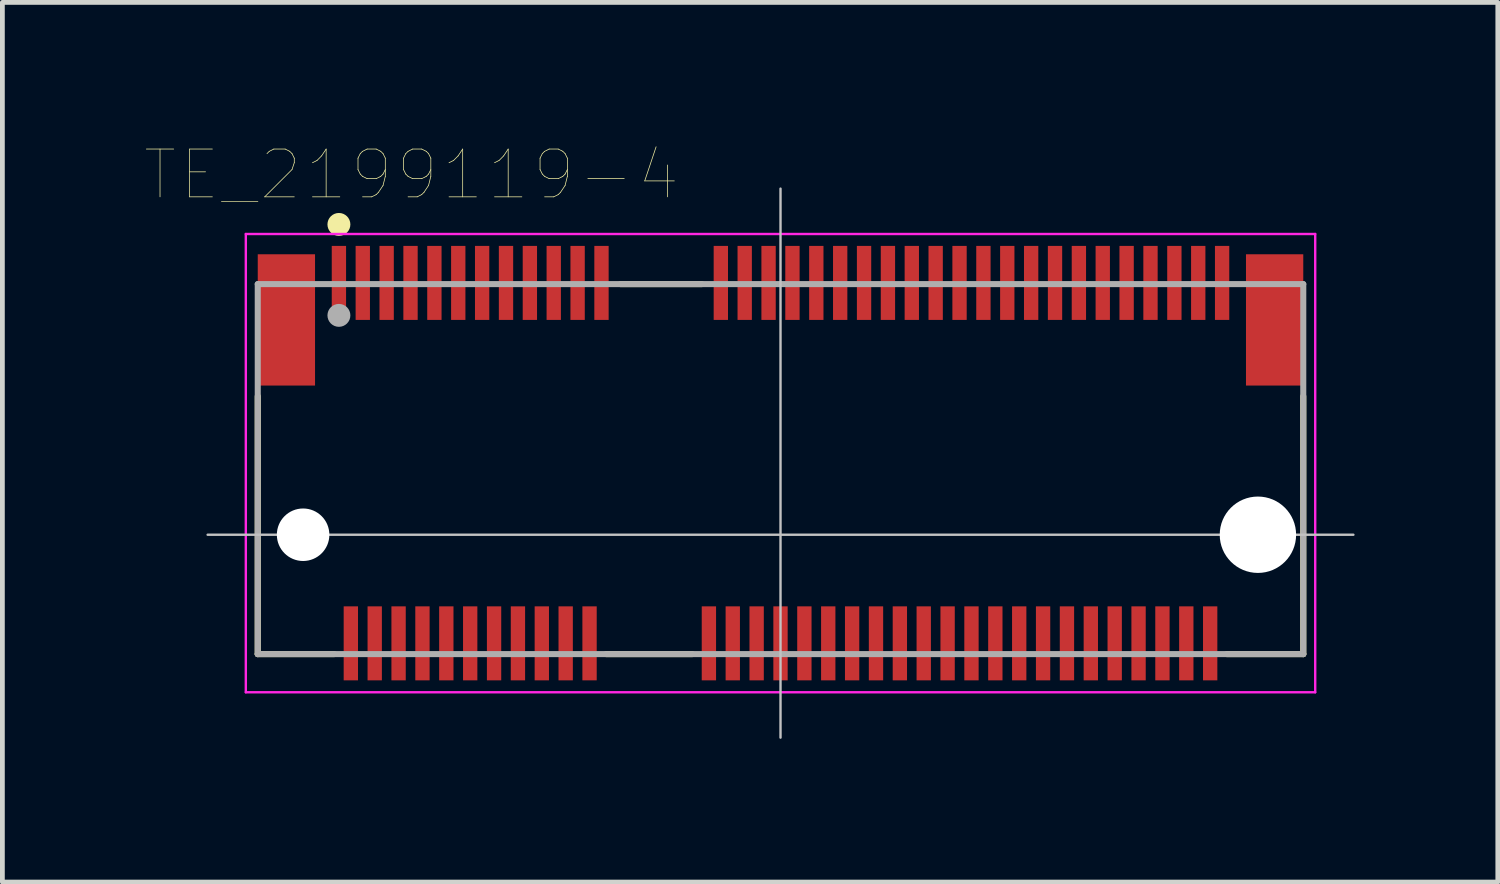
<source format=kicad_pcb>
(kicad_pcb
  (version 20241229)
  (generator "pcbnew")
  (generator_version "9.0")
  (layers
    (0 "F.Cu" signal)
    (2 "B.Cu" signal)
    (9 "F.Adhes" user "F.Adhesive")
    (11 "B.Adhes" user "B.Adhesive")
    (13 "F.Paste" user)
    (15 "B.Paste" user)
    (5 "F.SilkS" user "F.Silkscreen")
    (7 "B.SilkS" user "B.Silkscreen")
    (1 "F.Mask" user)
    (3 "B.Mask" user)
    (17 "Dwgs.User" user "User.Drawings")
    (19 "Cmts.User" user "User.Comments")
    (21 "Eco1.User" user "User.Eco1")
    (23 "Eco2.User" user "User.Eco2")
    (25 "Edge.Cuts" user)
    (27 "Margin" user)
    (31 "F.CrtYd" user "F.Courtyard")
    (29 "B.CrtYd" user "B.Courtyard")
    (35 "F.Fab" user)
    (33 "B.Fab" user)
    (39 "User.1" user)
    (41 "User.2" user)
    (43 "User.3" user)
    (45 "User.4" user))
  (footprint "TE_2199119-4"
    (layer "F.Cu")
    (at 13.299 8.151)
    (property "Reference" "TE_2199119-4" (at -7.73 -7.54 0) (layer "F.SilkS") (effects (font (size 1.001 1.001) (thickness 0.015))))
    (attr through_hole)
    (fp_line (start -10.95 -2.9) (end -10.95 2.5) (stroke (width 0.127) (type solid)) (layer "F.SilkS"))
    (fp_line (start -10.95 2.5) (end -9.35 2.5) (stroke (width 0.127) (type solid)) (layer "F.SilkS"))
    (fp_line (start -3.65 2.5) (end -1.85 2.5) (stroke (width 0.127) (type solid)) (layer "F.SilkS"))
    (fp_line (start -3.35 -5.25) (end -1.65 -5.25) (stroke (width 0.127) (type solid)) (layer "F.SilkS"))
    (fp_line (start 9.35 2.5) (end 10.95 2.5) (stroke (width 0.127) (type solid)) (layer "F.SilkS"))
    (fp_line (start 10.95 2.5) (end 10.95 -2.9) (stroke (width 0.127) (type solid)) (layer "F.SilkS"))
    (fp_circle (center -9.25 -6.5) (end -9.13 -6.5) (stroke (width 0.24) (type solid)) (fill no) (layer "F.SilkS"))
    (fp_line (start -12 0) (end 12 0) (stroke (width 0.05) (type solid)) (layer "Dwgs.User"))
    (fp_line (start 0 -7.25) (end 0 4.25) (stroke (width 0.05) (type solid)) (layer "Dwgs.User"))
    (fp_line (start -11.2 -6.3) (end 11.2 -6.3) (stroke (width 0.05) (type solid)) (layer "F.CrtYd"))
    (fp_line (start -11.2 3.3) (end -11.2 -6.3) (stroke (width 0.05) (type solid)) (layer "F.CrtYd"))
    (fp_line (start 11.2 -6.3) (end 11.2 3.3) (stroke (width 0.05) (type solid)) (layer "F.CrtYd"))
    (fp_line (start 11.2 3.3) (end -11.2 3.3) (stroke (width 0.05) (type solid)) (layer "F.CrtYd"))
    (fp_line (start -10.95 -5.25) (end 10.95 -5.25) (stroke (width 0.127) (type solid)) (layer "F.Fab"))
    (fp_line (start -10.95 2.5) (end -10.95 -5.25) (stroke (width 0.127) (type solid)) (layer "F.Fab"))
    (fp_line (start 10.95 -5.25) (end 10.95 2.5) (stroke (width 0.127) (type solid)) (layer "F.Fab"))
    (fp_line (start 10.95 2.5) (end -10.95 2.5) (stroke (width 0.127) (type solid)) (layer "F.Fab"))
    (fp_circle (center -9.25 -4.595) (end -9.13 -4.595) (stroke (width 0.24) (type solid)) (fill no) (layer "F.Fab"))
    (pad "" np_thru_hole circle (at -10 0) (size 1.1 1.1) (drill 1.1) (layers "*.Cu" "*.Mask"))
    (pad "" np_thru_hole circle (at 10 0) (size 1.6 1.6) (drill 1.6) (layers "*.Cu" "*.Mask"))
    (pad "1" smd rect (at -9.25 -5.275) (size 0.3 1.55) (layers "F.Cu" "F.Mask" "F.Paste"))
    (pad "2" smd rect (at -9 2.275) (size 0.3 1.55) (layers "F.Cu" "F.Mask" "F.Paste"))
    (pad "3" smd rect (at -8.75 -5.275) (size 0.3 1.55) (layers "F.Cu" "F.Mask" "F.Paste"))
    (pad "4" smd rect (at -8.5 2.275) (size 0.3 1.55) (layers "F.Cu" "F.Mask" "F.Paste"))
    (pad "5" smd rect (at -8.25 -5.275) (size 0.3 1.55) (layers "F.Cu" "F.Mask" "F.Paste"))
    (pad "6" smd rect (at -8 2.275) (size 0.3 1.55) (layers "F.Cu" "F.Mask" "F.Paste"))
    (pad "7" smd rect (at -7.75 -5.275) (size 0.3 1.55) (layers "F.Cu" "F.Mask" "F.Paste"))
    (pad "8" smd rect (at -7.5 2.275) (size 0.3 1.55) (layers "F.Cu" "F.Mask" "F.Paste"))
    (pad "9" smd rect (at -7.25 -5.275) (size 0.3 1.55) (layers "F.Cu" "F.Mask" "F.Paste"))
    (pad "10" smd rect (at -7 2.275) (size 0.3 1.55) (layers "F.Cu" "F.Mask" "F.Paste"))
    (pad "11" smd rect (at -6.75 -5.275) (size 0.3 1.55) (layers "F.Cu" "F.Mask" "F.Paste"))
    (pad "12" smd rect (at -6.5 2.275) (size 0.3 1.55) (layers "F.Cu" "F.Mask" "F.Paste"))
    (pad "13" smd rect (at -6.25 -5.275) (size 0.3 1.55) (layers "F.Cu" "F.Mask" "F.Paste"))
    (pad "14" smd rect (at -6 2.275) (size 0.3 1.55) (layers "F.Cu" "F.Mask" "F.Paste"))
    (pad "15" smd rect (at -5.75 -5.275) (size 0.3 1.55) (layers "F.Cu" "F.Mask" "F.Paste"))
    (pad "16" smd rect (at -5.5 2.275) (size 0.3 1.55) (layers "F.Cu" "F.Mask" "F.Paste"))
    (pad "17" smd rect (at -5.25 -5.275) (size 0.3 1.55) (layers "F.Cu" "F.Mask" "F.Paste"))
    (pad "18" smd rect (at -5 2.275) (size 0.3 1.55) (layers "F.Cu" "F.Mask" "F.Paste"))
    (pad "19" smd rect (at -4.75 -5.275) (size 0.3 1.55) (layers "F.Cu" "F.Mask" "F.Paste"))
    (pad "20" smd rect (at -4.5 2.275) (size 0.3 1.55) (layers "F.Cu" "F.Mask" "F.Paste"))
    (pad "21" smd rect (at -4.25 -5.275) (size 0.3 1.55) (layers "F.Cu" "F.Mask" "F.Paste"))
    (pad "22" smd rect (at -4 2.275) (size 0.3 1.55) (layers "F.Cu" "F.Mask" "F.Paste"))
    (pad "23" smd rect (at -3.75 -5.275) (size 0.3 1.55) (layers "F.Cu" "F.Mask" "F.Paste"))
    (pad "32" smd rect (at -1.5 2.275) (size 0.3 1.55) (layers "F.Cu" "F.Mask" "F.Paste"))
    (pad "33" smd rect (at -1.25 -5.275) (size 0.3 1.55) (layers "F.Cu" "F.Mask" "F.Paste"))
    (pad "34" smd rect (at -1 2.275) (size 0.3 1.55) (layers "F.Cu" "F.Mask" "F.Paste"))
    (pad "35" smd rect (at -0.75 -5.275) (size 0.3 1.55) (layers "F.Cu" "F.Mask" "F.Paste"))
    (pad "36" smd rect (at -0.5 2.275) (size 0.3 1.55) (layers "F.Cu" "F.Mask" "F.Paste"))
    (pad "37" smd rect (at -0.25 -5.275) (size 0.3 1.55) (layers "F.Cu" "F.Mask" "F.Paste"))
    (pad "38" smd rect (at 0 2.275) (size 0.3 1.55) (layers "F.Cu" "F.Mask" "F.Paste"))
    (pad "39" smd rect (at 0.25 -5.275) (size 0.3 1.55) (layers "F.Cu" "F.Mask" "F.Paste"))
    (pad "40" smd rect (at 0.5 2.275) (size 0.3 1.55) (layers "F.Cu" "F.Mask" "F.Paste"))
    (pad "41" smd rect (at 0.75 -5.275) (size 0.3 1.55) (layers "F.Cu" "F.Mask" "F.Paste"))
    (pad "42" smd rect (at 1 2.275) (size 0.3 1.55) (layers "F.Cu" "F.Mask" "F.Paste"))
    (pad "43" smd rect (at 1.25 -5.275) (size 0.3 1.55) (layers "F.Cu" "F.Mask" "F.Paste"))
    (pad "44" smd rect (at 1.5 2.275) (size 0.3 1.55) (layers "F.Cu" "F.Mask" "F.Paste"))
    (pad "45" smd rect (at 1.75 -5.275) (size 0.3 1.55) (layers "F.Cu" "F.Mask" "F.Paste"))
    (pad "46" smd rect (at 2 2.275) (size 0.3 1.55) (layers "F.Cu" "F.Mask" "F.Paste"))
    (pad "47" smd rect (at 2.25 -5.275) (size 0.3 1.55) (layers "F.Cu" "F.Mask" "F.Paste"))
    (pad "48" smd rect (at 2.5 2.275) (size 0.3 1.55) (layers "F.Cu" "F.Mask" "F.Paste"))
    (pad "49" smd rect (at 2.75 -5.275) (size 0.3 1.55) (layers "F.Cu" "F.Mask" "F.Paste"))
    (pad "50" smd rect (at 3 2.275) (size 0.3 1.55) (layers "F.Cu" "F.Mask" "F.Paste"))
    (pad "51" smd rect (at 3.25 -5.275) (size 0.3 1.55) (layers "F.Cu" "F.Mask" "F.Paste"))
    (pad "52" smd rect (at 3.5 2.275) (size 0.3 1.55) (layers "F.Cu" "F.Mask" "F.Paste"))
    (pad "53" smd rect (at 3.75 -5.275) (size 0.3 1.55) (layers "F.Cu" "F.Mask" "F.Paste"))
    (pad "54" smd rect (at 4 2.275) (size 0.3 1.55) (layers "F.Cu" "F.Mask" "F.Paste"))
    (pad "55" smd rect (at 4.25 -5.275) (size 0.3 1.55) (layers "F.Cu" "F.Mask" "F.Paste"))
    (pad "56" smd rect (at 4.5 2.275) (size 0.3 1.55) (layers "F.Cu" "F.Mask" "F.Paste"))
    (pad "57" smd rect (at 4.75 -5.275) (size 0.3 1.55) (layers "F.Cu" "F.Mask" "F.Paste"))
    (pad "58" smd rect (at 5 2.275) (size 0.3 1.55) (layers "F.Cu" "F.Mask" "F.Paste"))
    (pad "59" smd rect (at 5.25 -5.275) (size 0.3 1.55) (layers "F.Cu" "F.Mask" "F.Paste"))
    (pad "60" smd rect (at 5.5 2.275) (size 0.3 1.55) (layers "F.Cu" "F.Mask" "F.Paste"))
    (pad "61" smd rect (at 5.75 -5.275) (size 0.3 1.55) (layers "F.Cu" "F.Mask" "F.Paste"))
    (pad "62" smd rect (at 6 2.275) (size 0.3 1.55) (layers "F.Cu" "F.Mask" "F.Paste"))
    (pad "63" smd rect (at 6.25 -5.275) (size 0.3 1.55) (layers "F.Cu" "F.Mask" "F.Paste"))
    (pad "64" smd rect (at 6.5 2.275) (size 0.3 1.55) (layers "F.Cu" "F.Mask" "F.Paste"))
    (pad "65" smd rect (at 6.75 -5.275) (size 0.3 1.55) (layers "F.Cu" "F.Mask" "F.Paste"))
    (pad "66" smd rect (at 7 2.275) (size 0.3 1.55) (layers "F.Cu" "F.Mask" "F.Paste"))
    (pad "67" smd rect (at 7.25 -5.275) (size 0.3 1.55) (layers "F.Cu" "F.Mask" "F.Paste"))
    (pad "68" smd rect (at 7.5 2.275) (size 0.3 1.55) (layers "F.Cu" "F.Mask" "F.Paste"))
    (pad "69" smd rect (at 7.75 -5.275) (size 0.3 1.55) (layers "F.Cu" "F.Mask" "F.Paste"))
    (pad "70" smd rect (at 8 2.275) (size 0.3 1.55) (layers "F.Cu" "F.Mask" "F.Paste"))
    (pad "71" smd rect (at 8.25 -5.275) (size 0.3 1.55) (layers "F.Cu" "F.Mask" "F.Paste"))
    (pad "72" smd rect (at 8.5 2.275) (size 0.3 1.55) (layers "F.Cu" "F.Mask" "F.Paste"))
    (pad "73" smd rect (at 8.75 -5.275) (size 0.3 1.55) (layers "F.Cu" "F.Mask" "F.Paste"))
    (pad "74" smd rect (at 9 2.275) (size 0.3 1.55) (layers "F.Cu" "F.Mask" "F.Paste"))
    (pad "75" smd rect (at 9.25 -5.275) (size 0.3 1.55) (layers "F.Cu" "F.Mask" "F.Paste"))
    (pad "SH1" smd rect (at -10.35 -4.5) (size 1.2 2.75) (layers "F.Cu" "F.Mask" "F.Paste"))
    (pad "SH2" smd rect (at 10.35 -4.5) (size 1.2 2.75) (layers "F.Cu" "F.Mask" "F.Paste")))
  (gr_rect
    (start -3 -3)
    (end 28.324 15.426)
    (stroke (width 0.1) (type default))
    (fill no)
    (layer "Edge.Cuts")))
</source>
